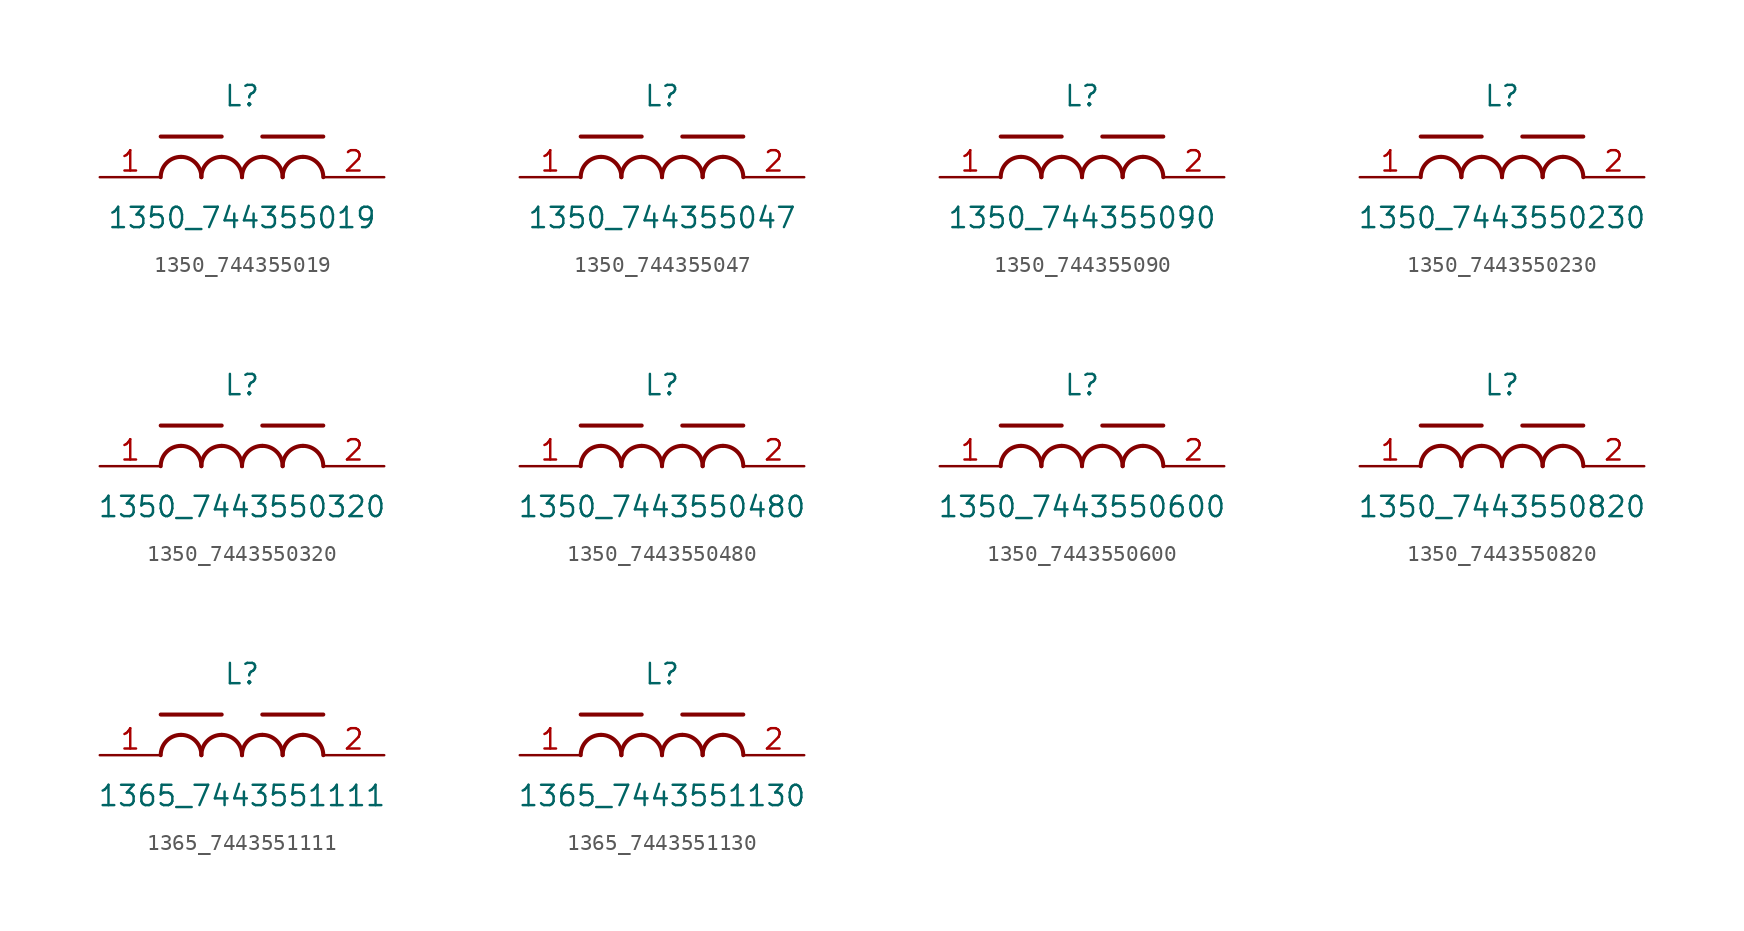
<source format=kicad_sym>
(kicad_symbol_lib
  (version 20211014)
  (generator kicad_symbol_editor)
  (symbol "Inductor_Wurth_WE-HCI:1350_744355019"
    (pin_names hide)
    (property "Reference" "L"
      (at 0 5.08 0)
      (effects (font (size 1.27 1.27))))
    (property "Value" "1350_744355019"
      (at 0 -2.54 0)
      (effects (font (size 1.27 1.27))))
    (symbol "1350_744355019_0_1"
      (arc (start -3.81 1.27) (mid -4.708 0.898) (end -5.08 0) (stroke (width 0.254) (type default) (color 0 0 0 0)) (fill (type none)))
      (arc (start -2.54 0) (mid -2.912 0.898) (end -3.81 1.27) (stroke (width 0.254) (type default) (color 0 0 0 0)) (fill (type none)))
      (arc (start -1.2699 1.2701) (mid -2.1679 0.8981) (end -2.5399 0.0001) (stroke (width 0.254) (type default) (color 0 0 0 0)) (fill (type none)))
      (polyline (pts (xy -5.08 2.54) (xy -1.27 2.54)) (stroke (width 0.254) (type default) (color 0 0 0 0)) (fill (type none)))
      (polyline (pts (xy 5.08 2.54) (xy 1.27 2.54)) (stroke (width 0.254) (type default) (color 0 0 0 0)) (fill (type none)))
      (arc (start 0.0001 0.0001) (mid -0.3719 0.8981) (end -1.2699 1.2701) (stroke (width 0.254) (type default) (color 0 0 0 0)) (fill (type none)))
      (arc (start 1.2701 1.2701) (mid 0.3721 0.8981) (end 0.0001 0.0001) (stroke (width 0.254) (type default) (color 0 0 0 0)) (fill (type none)))
      (arc (start 2.5401 0.0001) (mid 2.1681 0.8981) (end 1.2701 1.2701) (stroke (width 0.254) (type default) (color 0 0 0 0)) (fill (type none)))
      (arc (start 3.8101 1.2701) (mid 2.9121 0.8981) (end 2.5401 0.0001) (stroke (width 0.254) (type default) (color 0 0 0 0)) (fill (type none)))
      (arc (start 5.0801 0.0001) (mid 4.7081 0.8981) (end 3.8101 1.2701) (stroke (width 0.254) (type default) (color 0 0 0 0)) (fill (type none))))
    (symbol "1350_744355019_1_1"
      (pin passive line (at -8.89 0 0) (length 3.81) (name "1" (effects (font (size 1.27 1.27)))) (number "1" (effects (font (size 1.27 1.27)))))
      (pin passive line (at 8.89 0 180) (length 3.81) (name "2" (effects (font (size 1.27 1.27)))) (number "2" (effects (font (size 1.27 1.27)))))))
  (symbol "Inductor_Wurth_WE-HCI:1350_744355047"
    (pin_names hide)
    (property "Reference" "L"
      (at 0 5.08 0)
      (effects (font (size 1.27 1.27))))
    (property "Value" "1350_744355047"
      (at 0 -2.54 0)
      (effects (font (size 1.27 1.27))))
    (symbol "1350_744355047_0_1"
      (arc (start -3.81 1.27) (mid -4.708 0.898) (end -5.08 0) (stroke (width 0.254) (type default) (color 0 0 0 0)) (fill (type none)))
      (arc (start -2.54 0) (mid -2.912 0.898) (end -3.81 1.27) (stroke (width 0.254) (type default) (color 0 0 0 0)) (fill (type none)))
      (arc (start -1.2699 1.2701) (mid -2.1679 0.8981) (end -2.5399 0.0001) (stroke (width 0.254) (type default) (color 0 0 0 0)) (fill (type none)))
      (polyline (pts (xy -5.08 2.54) (xy -1.27 2.54)) (stroke (width 0.254) (type default) (color 0 0 0 0)) (fill (type none)))
      (polyline (pts (xy 5.08 2.54) (xy 1.27 2.54)) (stroke (width 0.254) (type default) (color 0 0 0 0)) (fill (type none)))
      (arc (start 0.0001 0.0001) (mid -0.3719 0.8981) (end -1.2699 1.2701) (stroke (width 0.254) (type default) (color 0 0 0 0)) (fill (type none)))
      (arc (start 1.2701 1.2701) (mid 0.3721 0.8981) (end 0.0001 0.0001) (stroke (width 0.254) (type default) (color 0 0 0 0)) (fill (type none)))
      (arc (start 2.5401 0.0001) (mid 2.1681 0.8981) (end 1.2701 1.2701) (stroke (width 0.254) (type default) (color 0 0 0 0)) (fill (type none)))
      (arc (start 3.8101 1.2701) (mid 2.9121 0.8981) (end 2.5401 0.0001) (stroke (width 0.254) (type default) (color 0 0 0 0)) (fill (type none)))
      (arc (start 5.0801 0.0001) (mid 4.7081 0.8981) (end 3.8101 1.2701) (stroke (width 0.254) (type default) (color 0 0 0 0)) (fill (type none))))
    (symbol "1350_744355047_1_1"
      (pin passive line (at -8.89 0 0) (length 3.81) (name "1" (effects (font (size 1.27 1.27)))) (number "1" (effects (font (size 1.27 1.27)))))
      (pin passive line (at 8.89 0 180) (length 3.81) (name "2" (effects (font (size 1.27 1.27)))) (number "2" (effects (font (size 1.27 1.27)))))))
  (symbol "Inductor_Wurth_WE-HCI:1350_744355090"
    (pin_names hide)
    (property "Reference" "L"
      (at 0 5.08 0)
      (effects (font (size 1.27 1.27))))
    (property "Value" "1350_744355090"
      (at 0 -2.54 0)
      (effects (font (size 1.27 1.27))))
    (symbol "1350_744355090_0_1"
      (arc (start -3.81 1.27) (mid -4.708 0.898) (end -5.08 0) (stroke (width 0.254) (type default) (color 0 0 0 0)) (fill (type none)))
      (arc (start -2.54 0) (mid -2.912 0.898) (end -3.81 1.27) (stroke (width 0.254) (type default) (color 0 0 0 0)) (fill (type none)))
      (arc (start -1.2699 1.2701) (mid -2.1679 0.8981) (end -2.5399 0.0001) (stroke (width 0.254) (type default) (color 0 0 0 0)) (fill (type none)))
      (polyline (pts (xy -5.08 2.54) (xy -1.27 2.54)) (stroke (width 0.254) (type default) (color 0 0 0 0)) (fill (type none)))
      (polyline (pts (xy 5.08 2.54) (xy 1.27 2.54)) (stroke (width 0.254) (type default) (color 0 0 0 0)) (fill (type none)))
      (arc (start 0.0001 0.0001) (mid -0.3719 0.8981) (end -1.2699 1.2701) (stroke (width 0.254) (type default) (color 0 0 0 0)) (fill (type none)))
      (arc (start 1.2701 1.2701) (mid 0.3721 0.8981) (end 0.0001 0.0001) (stroke (width 0.254) (type default) (color 0 0 0 0)) (fill (type none)))
      (arc (start 2.5401 0.0001) (mid 2.1681 0.8981) (end 1.2701 1.2701) (stroke (width 0.254) (type default) (color 0 0 0 0)) (fill (type none)))
      (arc (start 3.8101 1.2701) (mid 2.9121 0.8981) (end 2.5401 0.0001) (stroke (width 0.254) (type default) (color 0 0 0 0)) (fill (type none)))
      (arc (start 5.0801 0.0001) (mid 4.7081 0.8981) (end 3.8101 1.2701) (stroke (width 0.254) (type default) (color 0 0 0 0)) (fill (type none))))
    (symbol "1350_744355090_1_1"
      (pin passive line (at -8.89 0 0) (length 3.81) (name "1" (effects (font (size 1.27 1.27)))) (number "1" (effects (font (size 1.27 1.27)))))
      (pin passive line (at 8.89 0 180) (length 3.81) (name "2" (effects (font (size 1.27 1.27)))) (number "2" (effects (font (size 1.27 1.27)))))))
  (symbol "Inductor_Wurth_WE-HCI:1350_7443550230"
    (pin_names hide)
    (property "Reference" "L"
      (at 0 5.08 0)
      (effects (font (size 1.27 1.27))))
    (property "Value" "1350_7443550230"
      (at 0 -2.54 0)
      (effects (font (size 1.27 1.27))))
    (symbol "1350_7443550230_0_1"
      (arc (start -3.81 1.27) (mid -4.708 0.898) (end -5.08 0) (stroke (width 0.254) (type default) (color 0 0 0 0)) (fill (type none)))
      (arc (start -2.54 0) (mid -2.912 0.898) (end -3.81 1.27) (stroke (width 0.254) (type default) (color 0 0 0 0)) (fill (type none)))
      (arc (start -1.2699 1.2701) (mid -2.1679 0.8981) (end -2.5399 0.0001) (stroke (width 0.254) (type default) (color 0 0 0 0)) (fill (type none)))
      (polyline (pts (xy -5.08 2.54) (xy -1.27 2.54)) (stroke (width 0.254) (type default) (color 0 0 0 0)) (fill (type none)))
      (polyline (pts (xy 5.08 2.54) (xy 1.27 2.54)) (stroke (width 0.254) (type default) (color 0 0 0 0)) (fill (type none)))
      (arc (start 0.0001 0.0001) (mid -0.3719 0.8981) (end -1.2699 1.2701) (stroke (width 0.254) (type default) (color 0 0 0 0)) (fill (type none)))
      (arc (start 1.2701 1.2701) (mid 0.3721 0.8981) (end 0.0001 0.0001) (stroke (width 0.254) (type default) (color 0 0 0 0)) (fill (type none)))
      (arc (start 2.5401 0.0001) (mid 2.1681 0.8981) (end 1.2701 1.2701) (stroke (width 0.254) (type default) (color 0 0 0 0)) (fill (type none)))
      (arc (start 3.8101 1.2701) (mid 2.9121 0.8981) (end 2.5401 0.0001) (stroke (width 0.254) (type default) (color 0 0 0 0)) (fill (type none)))
      (arc (start 5.0801 0.0001) (mid 4.7081 0.8981) (end 3.8101 1.2701) (stroke (width 0.254) (type default) (color 0 0 0 0)) (fill (type none))))
    (symbol "1350_7443550230_1_1"
      (pin passive line (at -8.89 0 0) (length 3.81) (name "1" (effects (font (size 1.27 1.27)))) (number "1" (effects (font (size 1.27 1.27)))))
      (pin passive line (at 8.89 0 180) (length 3.81) (name "2" (effects (font (size 1.27 1.27)))) (number "2" (effects (font (size 1.27 1.27)))))))
  (symbol "Inductor_Wurth_WE-HCI:1350_7443550320"
    (pin_names hide)
    (property "Reference" "L"
      (at 0 5.08 0)
      (effects (font (size 1.27 1.27))))
    (property "Value" "1350_7443550320"
      (at 0 -2.54 0)
      (effects (font (size 1.27 1.27))))
    (symbol "1350_7443550320_0_1"
      (arc (start -3.81 1.27) (mid -4.708 0.898) (end -5.08 0) (stroke (width 0.254) (type default) (color 0 0 0 0)) (fill (type none)))
      (arc (start -2.54 0) (mid -2.912 0.898) (end -3.81 1.27) (stroke (width 0.254) (type default) (color 0 0 0 0)) (fill (type none)))
      (arc (start -1.2699 1.2701) (mid -2.1679 0.8981) (end -2.5399 0.0001) (stroke (width 0.254) (type default) (color 0 0 0 0)) (fill (type none)))
      (polyline (pts (xy -5.08 2.54) (xy -1.27 2.54)) (stroke (width 0.254) (type default) (color 0 0 0 0)) (fill (type none)))
      (polyline (pts (xy 5.08 2.54) (xy 1.27 2.54)) (stroke (width 0.254) (type default) (color 0 0 0 0)) (fill (type none)))
      (arc (start 0.0001 0.0001) (mid -0.3719 0.8981) (end -1.2699 1.2701) (stroke (width 0.254) (type default) (color 0 0 0 0)) (fill (type none)))
      (arc (start 1.2701 1.2701) (mid 0.3721 0.8981) (end 0.0001 0.0001) (stroke (width 0.254) (type default) (color 0 0 0 0)) (fill (type none)))
      (arc (start 2.5401 0.0001) (mid 2.1681 0.8981) (end 1.2701 1.2701) (stroke (width 0.254) (type default) (color 0 0 0 0)) (fill (type none)))
      (arc (start 3.8101 1.2701) (mid 2.9121 0.8981) (end 2.5401 0.0001) (stroke (width 0.254) (type default) (color 0 0 0 0)) (fill (type none)))
      (arc (start 5.0801 0.0001) (mid 4.7081 0.8981) (end 3.8101 1.2701) (stroke (width 0.254) (type default) (color 0 0 0 0)) (fill (type none))))
    (symbol "1350_7443550320_1_1"
      (pin passive line (at -8.89 0 0) (length 3.81) (name "1" (effects (font (size 1.27 1.27)))) (number "1" (effects (font (size 1.27 1.27)))))
      (pin passive line (at 8.89 0 180) (length 3.81) (name "2" (effects (font (size 1.27 1.27)))) (number "2" (effects (font (size 1.27 1.27)))))))
  (symbol "Inductor_Wurth_WE-HCI:1350_7443550480"
    (pin_names hide)
    (property "Reference" "L"
      (at 0 5.08 0)
      (effects (font (size 1.27 1.27))))
    (property "Value" "1350_7443550480"
      (at 0 -2.54 0)
      (effects (font (size 1.27 1.27))))
    (symbol "1350_7443550480_0_1"
      (arc (start -3.81 1.27) (mid -4.708 0.898) (end -5.08 0) (stroke (width 0.254) (type default) (color 0 0 0 0)) (fill (type none)))
      (arc (start -2.54 0) (mid -2.912 0.898) (end -3.81 1.27) (stroke (width 0.254) (type default) (color 0 0 0 0)) (fill (type none)))
      (arc (start -1.2699 1.2701) (mid -2.1679 0.8981) (end -2.5399 0.0001) (stroke (width 0.254) (type default) (color 0 0 0 0)) (fill (type none)))
      (polyline (pts (xy -5.08 2.54) (xy -1.27 2.54)) (stroke (width 0.254) (type default) (color 0 0 0 0)) (fill (type none)))
      (polyline (pts (xy 5.08 2.54) (xy 1.27 2.54)) (stroke (width 0.254) (type default) (color 0 0 0 0)) (fill (type none)))
      (arc (start 0.0001 0.0001) (mid -0.3719 0.8981) (end -1.2699 1.2701) (stroke (width 0.254) (type default) (color 0 0 0 0)) (fill (type none)))
      (arc (start 1.2701 1.2701) (mid 0.3721 0.8981) (end 0.0001 0.0001) (stroke (width 0.254) (type default) (color 0 0 0 0)) (fill (type none)))
      (arc (start 2.5401 0.0001) (mid 2.1681 0.8981) (end 1.2701 1.2701) (stroke (width 0.254) (type default) (color 0 0 0 0)) (fill (type none)))
      (arc (start 3.8101 1.2701) (mid 2.9121 0.8981) (end 2.5401 0.0001) (stroke (width 0.254) (type default) (color 0 0 0 0)) (fill (type none)))
      (arc (start 5.0801 0.0001) (mid 4.7081 0.8981) (end 3.8101 1.2701) (stroke (width 0.254) (type default) (color 0 0 0 0)) (fill (type none))))
    (symbol "1350_7443550480_1_1"
      (pin passive line (at -8.89 0 0) (length 3.81) (name "1" (effects (font (size 1.27 1.27)))) (number "1" (effects (font (size 1.27 1.27)))))
      (pin passive line (at 8.89 0 180) (length 3.81) (name "2" (effects (font (size 1.27 1.27)))) (number "2" (effects (font (size 1.27 1.27)))))))
  (symbol "Inductor_Wurth_WE-HCI:1350_7443550600"
    (pin_names hide)
    (property "Reference" "L"
      (at 0 5.08 0)
      (effects (font (size 1.27 1.27))))
    (property "Value" "1350_7443550600"
      (at 0 -2.54 0)
      (effects (font (size 1.27 1.27))))
    (symbol "1350_7443550600_0_1"
      (arc (start -3.81 1.27) (mid -4.708 0.898) (end -5.08 0) (stroke (width 0.254) (type default) (color 0 0 0 0)) (fill (type none)))
      (arc (start -2.54 0) (mid -2.912 0.898) (end -3.81 1.27) (stroke (width 0.254) (type default) (color 0 0 0 0)) (fill (type none)))
      (arc (start -1.2699 1.2701) (mid -2.1679 0.8981) (end -2.5399 0.0001) (stroke (width 0.254) (type default) (color 0 0 0 0)) (fill (type none)))
      (polyline (pts (xy -5.08 2.54) (xy -1.27 2.54)) (stroke (width 0.254) (type default) (color 0 0 0 0)) (fill (type none)))
      (polyline (pts (xy 5.08 2.54) (xy 1.27 2.54)) (stroke (width 0.254) (type default) (color 0 0 0 0)) (fill (type none)))
      (arc (start 0.0001 0.0001) (mid -0.3719 0.8981) (end -1.2699 1.2701) (stroke (width 0.254) (type default) (color 0 0 0 0)) (fill (type none)))
      (arc (start 1.2701 1.2701) (mid 0.3721 0.8981) (end 0.0001 0.0001) (stroke (width 0.254) (type default) (color 0 0 0 0)) (fill (type none)))
      (arc (start 2.5401 0.0001) (mid 2.1681 0.8981) (end 1.2701 1.2701) (stroke (width 0.254) (type default) (color 0 0 0 0)) (fill (type none)))
      (arc (start 3.8101 1.2701) (mid 2.9121 0.8981) (end 2.5401 0.0001) (stroke (width 0.254) (type default) (color 0 0 0 0)) (fill (type none)))
      (arc (start 5.0801 0.0001) (mid 4.7081 0.8981) (end 3.8101 1.2701) (stroke (width 0.254) (type default) (color 0 0 0 0)) (fill (type none))))
    (symbol "1350_7443550600_1_1"
      (pin passive line (at -8.89 0 0) (length 3.81) (name "1" (effects (font (size 1.27 1.27)))) (number "1" (effects (font (size 1.27 1.27)))))
      (pin passive line (at 8.89 0 180) (length 3.81) (name "2" (effects (font (size 1.27 1.27)))) (number "2" (effects (font (size 1.27 1.27)))))))
  (symbol "Inductor_Wurth_WE-HCI:1350_7443550820"
    (pin_names hide)
    (property "Reference" "L"
      (at 0 5.08 0)
      (effects (font (size 1.27 1.27))))
    (property "Value" "1350_7443550820"
      (at 0 -2.54 0)
      (effects (font (size 1.27 1.27))))
    (symbol "1350_7443550820_0_1"
      (arc (start -3.81 1.27) (mid -4.708 0.898) (end -5.08 0) (stroke (width 0.254) (type default) (color 0 0 0 0)) (fill (type none)))
      (arc (start -2.54 0) (mid -2.912 0.898) (end -3.81 1.27) (stroke (width 0.254) (type default) (color 0 0 0 0)) (fill (type none)))
      (arc (start -1.2699 1.2701) (mid -2.1679 0.8981) (end -2.5399 0.0001) (stroke (width 0.254) (type default) (color 0 0 0 0)) (fill (type none)))
      (polyline (pts (xy -5.08 2.54) (xy -1.27 2.54)) (stroke (width 0.254) (type default) (color 0 0 0 0)) (fill (type none)))
      (polyline (pts (xy 5.08 2.54) (xy 1.27 2.54)) (stroke (width 0.254) (type default) (color 0 0 0 0)) (fill (type none)))
      (arc (start 0.0001 0.0001) (mid -0.3719 0.8981) (end -1.2699 1.2701) (stroke (width 0.254) (type default) (color 0 0 0 0)) (fill (type none)))
      (arc (start 1.2701 1.2701) (mid 0.3721 0.8981) (end 0.0001 0.0001) (stroke (width 0.254) (type default) (color 0 0 0 0)) (fill (type none)))
      (arc (start 2.5401 0.0001) (mid 2.1681 0.8981) (end 1.2701 1.2701) (stroke (width 0.254) (type default) (color 0 0 0 0)) (fill (type none)))
      (arc (start 3.8101 1.2701) (mid 2.9121 0.8981) (end 2.5401 0.0001) (stroke (width 0.254) (type default) (color 0 0 0 0)) (fill (type none)))
      (arc (start 5.0801 0.0001) (mid 4.7081 0.8981) (end 3.8101 1.2701) (stroke (width 0.254) (type default) (color 0 0 0 0)) (fill (type none))))
    (symbol "1350_7443550820_1_1"
      (pin passive line (at -8.89 0 0) (length 3.81) (name "1" (effects (font (size 1.27 1.27)))) (number "1" (effects (font (size 1.27 1.27)))))
      (pin passive line (at 8.89 0 180) (length 3.81) (name "2" (effects (font (size 1.27 1.27)))) (number "2" (effects (font (size 1.27 1.27)))))))
  (symbol "Inductor_Wurth_WE-HCI:1365_7443551111"
    (pin_names hide)
    (property "Reference" "L"
      (at 0 5.08 0)
      (effects (font (size 1.27 1.27))))
    (property "Value" "1365_7443551111"
      (at 0 -2.54 0)
      (effects (font (size 1.27 1.27))))
    (symbol "1365_7443551111_0_1"
      (arc (start -3.81 1.27) (mid -4.708 0.898) (end -5.08 0) (stroke (width 0.254) (type default) (color 0 0 0 0)) (fill (type none)))
      (arc (start -2.54 0) (mid -2.912 0.898) (end -3.81 1.27) (stroke (width 0.254) (type default) (color 0 0 0 0)) (fill (type none)))
      (arc (start -1.2699 1.2701) (mid -2.1679 0.8981) (end -2.5399 0.0001) (stroke (width 0.254) (type default) (color 0 0 0 0)) (fill (type none)))
      (polyline (pts (xy -5.08 2.54) (xy -1.27 2.54)) (stroke (width 0.254) (type default) (color 0 0 0 0)) (fill (type none)))
      (polyline (pts (xy 5.08 2.54) (xy 1.27 2.54)) (stroke (width 0.254) (type default) (color 0 0 0 0)) (fill (type none)))
      (arc (start 0.0001 0.0001) (mid -0.3719 0.8981) (end -1.2699 1.2701) (stroke (width 0.254) (type default) (color 0 0 0 0)) (fill (type none)))
      (arc (start 1.2701 1.2701) (mid 0.3721 0.8981) (end 0.0001 0.0001) (stroke (width 0.254) (type default) (color 0 0 0 0)) (fill (type none)))
      (arc (start 2.5401 0.0001) (mid 2.1681 0.8981) (end 1.2701 1.2701) (stroke (width 0.254) (type default) (color 0 0 0 0)) (fill (type none)))
      (arc (start 3.8101 1.2701) (mid 2.9121 0.8981) (end 2.5401 0.0001) (stroke (width 0.254) (type default) (color 0 0 0 0)) (fill (type none)))
      (arc (start 5.0801 0.0001) (mid 4.7081 0.8981) (end 3.8101 1.2701) (stroke (width 0.254) (type default) (color 0 0 0 0)) (fill (type none))))
    (symbol "1365_7443551111_1_1"
      (pin passive line (at -8.89 0 0) (length 3.81) (name "1" (effects (font (size 1.27 1.27)))) (number "1" (effects (font (size 1.27 1.27)))))
      (pin passive line (at 8.89 0 180) (length 3.81) (name "2" (effects (font (size 1.27 1.27)))) (number "2" (effects (font (size 1.27 1.27)))))))
  (symbol "Inductor_Wurth_WE-HCI:1365_7443551130"
    (pin_names hide)
    (property "Reference" "L"
      (at 0 5.08 0)
      (effects (font (size 1.27 1.27))))
    (property "Value" "1365_7443551130"
      (at 0 -2.54 0)
      (effects (font (size 1.27 1.27))))
    (symbol "1365_7443551130_0_1"
      (arc (start -3.81 1.27) (mid -4.708 0.898) (end -5.08 0) (stroke (width 0.254) (type default) (color 0 0 0 0)) (fill (type none)))
      (arc (start -2.54 0) (mid -2.912 0.898) (end -3.81 1.27) (stroke (width 0.254) (type default) (color 0 0 0 0)) (fill (type none)))
      (arc (start -1.2699 1.2701) (mid -2.1679 0.8981) (end -2.5399 0.0001) (stroke (width 0.254) (type default) (color 0 0 0 0)) (fill (type none)))
      (polyline (pts (xy -5.08 2.54) (xy -1.27 2.54)) (stroke (width 0.254) (type default) (color 0 0 0 0)) (fill (type none)))
      (polyline (pts (xy 5.08 2.54) (xy 1.27 2.54)) (stroke (width 0.254) (type default) (color 0 0 0 0)) (fill (type none)))
      (arc (start 0.0001 0.0001) (mid -0.3719 0.8981) (end -1.2699 1.2701) (stroke (width 0.254) (type default) (color 0 0 0 0)) (fill (type none)))
      (arc (start 1.2701 1.2701) (mid 0.3721 0.8981) (end 0.0001 0.0001) (stroke (width 0.254) (type default) (color 0 0 0 0)) (fill (type none)))
      (arc (start 2.5401 0.0001) (mid 2.1681 0.8981) (end 1.2701 1.2701) (stroke (width 0.254) (type default) (color 0 0 0 0)) (fill (type none)))
      (arc (start 3.8101 1.2701) (mid 2.9121 0.8981) (end 2.5401 0.0001) (stroke (width 0.254) (type default) (color 0 0 0 0)) (fill (type none)))
      (arc (start 5.0801 0.0001) (mid 4.7081 0.8981) (end 3.8101 1.2701) (stroke (width 0.254) (type default) (color 0 0 0 0)) (fill (type none))))
    (symbol "1365_7443551130_1_1"
      (pin passive line (at -8.89 0 0) (length 3.81) (name "1" (effects (font (size 1.27 1.27)))) (number "1" (effects (font (size 1.27 1.27)))))
      (pin passive line (at 8.89 0 180) (length 3.81) (name "2" (effects (font (size 1.27 1.27)))) (number "2" (effects (font (size 1.27 1.27))))))))
</source>
